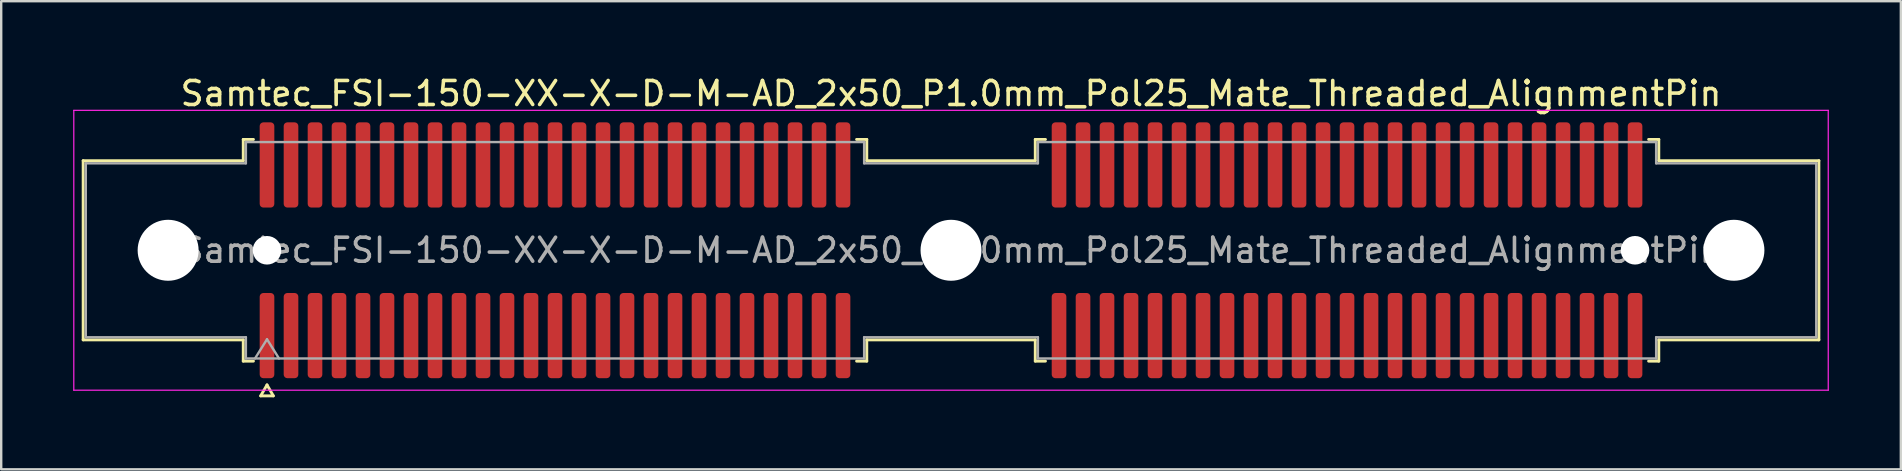
<source format=kicad_pcb>
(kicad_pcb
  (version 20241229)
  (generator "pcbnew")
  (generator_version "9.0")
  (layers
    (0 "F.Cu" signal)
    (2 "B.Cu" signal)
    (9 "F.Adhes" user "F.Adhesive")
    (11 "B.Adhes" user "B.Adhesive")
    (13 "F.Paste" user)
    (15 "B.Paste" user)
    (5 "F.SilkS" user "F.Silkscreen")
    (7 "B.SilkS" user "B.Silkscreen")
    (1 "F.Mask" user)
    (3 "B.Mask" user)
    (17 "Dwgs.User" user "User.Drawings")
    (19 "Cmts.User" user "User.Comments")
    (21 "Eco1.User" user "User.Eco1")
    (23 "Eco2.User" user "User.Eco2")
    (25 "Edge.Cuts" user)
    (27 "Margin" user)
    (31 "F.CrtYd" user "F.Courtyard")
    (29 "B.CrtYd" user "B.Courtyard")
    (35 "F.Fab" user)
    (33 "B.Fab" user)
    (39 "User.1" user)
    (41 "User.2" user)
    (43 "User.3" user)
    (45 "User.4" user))
  (footprint "Samtec_FSI-150-XX-X-D-M-AD_2x50_P1.0mm_Pol25_Mate_Threaded_AlignmentPin"
    (layer "F.Cu")
    (at 36.575 7.378)
    (property "Reference" "Samtec_FSI-150-XX-X-D-M-AD_2x50_P1.0mm_Pol25_Mate_Threaded_AlignmentPin" (at 0 -6.53 0) (layer "F.SilkS") (effects (font (size 1 1) (thickness 0.15))))
    (attr smd exclude_from_pos_files exclude_from_bom)
    (fp_line (start -36.16 -3.733) (end -29.49 -3.733) (stroke (width 0.12) (type solid)) (layer "F.SilkS"))
    (fp_line (start -36.16 3.733) (end -36.16 -3.733) (stroke (width 0.12) (type solid)) (layer "F.SilkS"))
    (fp_line (start -29.49 -4.619) (end -29.065 -4.619) (stroke (width 0.12) (type solid)) (layer "F.SilkS"))
    (fp_line (start -29.49 -3.733) (end -29.49 -4.619) (stroke (width 0.12) (type solid)) (layer "F.SilkS"))
    (fp_line (start -29.49 3.733) (end -36.16 3.733) (stroke (width 0.12) (type solid)) (layer "F.SilkS"))
    (fp_line (start -29.49 4.619) (end -29.49 3.733) (stroke (width 0.12) (type solid)) (layer "F.SilkS"))
    (fp_line (start -29.065 4.619) (end -29.49 4.619) (stroke (width 0.12) (type solid)) (layer "F.SilkS"))
    (fp_line (start -28.764 6.066) (end -28.5 5.609) (stroke (width 0.12) (type solid)) (layer "F.SilkS"))
    (fp_line (start -28.5 5.609) (end -28.236 6.066) (stroke (width 0.12) (type solid)) (layer "F.SilkS"))
    (fp_line (start -28.236 6.066) (end -28.764 6.066) (stroke (width 0.12) (type solid)) (layer "F.SilkS"))
    (fp_line (start -3.935 -4.619) (end -3.51 -4.619) (stroke (width 0.12) (type solid)) (layer "F.SilkS"))
    (fp_line (start -3.51 -4.619) (end -3.51 -3.733) (stroke (width 0.12) (type solid)) (layer "F.SilkS"))
    (fp_line (start -3.51 -3.733) (end 3.51 -3.733) (stroke (width 0.12) (type solid)) (layer "F.SilkS"))
    (fp_line (start -3.51 3.733) (end -3.51 4.619) (stroke (width 0.12) (type solid)) (layer "F.SilkS"))
    (fp_line (start -3.51 4.619) (end -3.935 4.619) (stroke (width 0.12) (type solid)) (layer "F.SilkS"))
    (fp_line (start 3.51 -4.619) (end 3.935 -4.619) (stroke (width 0.12) (type solid)) (layer "F.SilkS"))
    (fp_line (start 3.51 -3.733) (end 3.51 -4.619) (stroke (width 0.12) (type solid)) (layer "F.SilkS"))
    (fp_line (start 3.51 3.733) (end -3.51 3.733) (stroke (width 0.12) (type solid)) (layer "F.SilkS"))
    (fp_line (start 3.51 4.619) (end 3.51 3.733) (stroke (width 0.12) (type solid)) (layer "F.SilkS"))
    (fp_line (start 3.935 4.619) (end 3.51 4.619) (stroke (width 0.12) (type solid)) (layer "F.SilkS"))
    (fp_line (start 29.065 -4.619) (end 29.49 -4.619) (stroke (width 0.12) (type solid)) (layer "F.SilkS"))
    (fp_line (start 29.49 -4.619) (end 29.49 -3.733) (stroke (width 0.12) (type solid)) (layer "F.SilkS"))
    (fp_line (start 29.49 -3.733) (end 36.16 -3.733) (stroke (width 0.12) (type solid)) (layer "F.SilkS"))
    (fp_line (start 29.49 3.733) (end 29.49 4.619) (stroke (width 0.12) (type solid)) (layer "F.SilkS"))
    (fp_line (start 29.49 4.619) (end 29.065 4.619) (stroke (width 0.12) (type solid)) (layer "F.SilkS"))
    (fp_line (start 36.16 -3.733) (end 36.16 3.733) (stroke (width 0.12) (type solid)) (layer "F.SilkS"))
    (fp_line (start 36.16 3.733) (end 29.49 3.733) (stroke (width 0.12) (type solid)) (layer "F.SilkS"))
    (fp_line (start -36.55 -5.83) (end -36.55 5.83) (stroke (width 0.05) (type solid)) (layer "F.CrtYd"))
    (fp_line (start -36.55 5.83) (end 36.55 5.83) (stroke (width 0.05) (type solid)) (layer "F.CrtYd"))
    (fp_line (start 36.55 -5.83) (end -36.55 -5.83) (stroke (width 0.05) (type solid)) (layer "F.CrtYd"))
    (fp_line (start 36.55 5.83) (end 36.55 -5.83) (stroke (width 0.05) (type solid)) (layer "F.CrtYd"))
    (fp_line (start -36.05 -3.623) (end -29.38 -3.623) (stroke (width 0.1) (type solid)) (layer "F.Fab"))
    (fp_line (start -36.05 3.623) (end -36.05 -3.623) (stroke (width 0.1) (type solid)) (layer "F.Fab"))
    (fp_line (start -29.38 -4.508) (end -3.62 -4.508) (stroke (width 0.1) (type solid)) (layer "F.Fab"))
    (fp_line (start -29.38 -3.623) (end -29.38 -4.508) (stroke (width 0.1) (type solid)) (layer "F.Fab"))
    (fp_line (start -29.38 3.623) (end -36.05 3.623) (stroke (width 0.1) (type solid)) (layer "F.Fab"))
    (fp_line (start -29.38 4.508) (end -29.38 3.623) (stroke (width 0.1) (type solid)) (layer "F.Fab"))
    (fp_line (start -29 4.508) (end -28.5 3.708) (stroke (width 0.1) (type solid)) (layer "F.Fab"))
    (fp_line (start -28.5 3.708) (end -28 4.508) (stroke (width 0.1) (type solid)) (layer "F.Fab"))
    (fp_line (start -3.62 -4.508) (end -3.62 -3.623) (stroke (width 0.1) (type solid)) (layer "F.Fab"))
    (fp_line (start -3.62 -3.623) (end 3.62 -3.623) (stroke (width 0.1) (type solid)) (layer "F.Fab"))
    (fp_line (start -3.62 3.623) (end -3.62 4.508) (stroke (width 0.1) (type solid)) (layer "F.Fab"))
    (fp_line (start -3.62 4.508) (end -29.38 4.508) (stroke (width 0.1) (type solid)) (layer "F.Fab"))
    (fp_line (start 3.62 -4.508) (end 29.38 -4.508) (stroke (width 0.1) (type solid)) (layer "F.Fab"))
    (fp_line (start 3.62 -3.623) (end 3.62 -4.508) (stroke (width 0.1) (type solid)) (layer "F.Fab"))
    (fp_line (start 3.62 3.623) (end -3.62 3.623) (stroke (width 0.1) (type solid)) (layer "F.Fab"))
    (fp_line (start 3.62 4.508) (end 3.62 3.623) (stroke (width 0.1) (type solid)) (layer "F.Fab"))
    (fp_line (start 29.38 -4.508) (end 29.38 -3.623) (stroke (width 0.1) (type solid)) (layer "F.Fab"))
    (fp_line (start 29.38 -3.623) (end 36.05 -3.623) (stroke (width 0.1) (type solid)) (layer "F.Fab"))
    (fp_line (start 29.38 3.623) (end 29.38 4.508) (stroke (width 0.1) (type solid)) (layer "F.Fab"))
    (fp_line (start 29.38 4.508) (end 3.62 4.508) (stroke (width 0.1) (type solid)) (layer "F.Fab"))
    (fp_line (start 36.05 -3.623) (end 36.05 3.623) (stroke (width 0.1) (type solid)) (layer "F.Fab"))
    (fp_line (start 36.05 3.623) (end 29.38 3.623) (stroke (width 0.1) (type solid)) (layer "F.Fab"))
    (fp_text user "${REFERENCE}" (at 0 0 0) (layer "F.Fab") (effects (font (size 1 1) (thickness 0.15))))
    (pad "" np_thru_hole circle (at -32.62 0) (size 2.54 2.54) (drill 2.54) (layers "*.Cu" "*.Mask"))
    (pad "" np_thru_hole circle (at -28.5 0) (size 1.19 1.19) (drill 1.19) (layers "*.Cu" "*.Mask"))
    (pad "" np_thru_hole circle (at 0 0) (size 2.54 2.54) (drill 2.54) (layers "*.Cu" "*.Mask"))
    (pad "" np_thru_hole circle (at 28.5 0) (size 1.19 1.19) (drill 1.19) (layers "*.Cu" "*.Mask"))
    (pad "" np_thru_hole circle (at 32.62 0) (size 2.54 2.54) (drill 2.54) (layers "*.Cu" "*.Mask"))
    (pad "1" smd roundrect (at -28.5 3.555) (size 0.61 3.55) (layers "F.Cu" "F.Mask") (roundrect_rratio 0.25))
    (pad "2" smd roundrect (at -28.5 -3.555) (size 0.61 3.55) (layers "F.Cu" "F.Mask") (roundrect_rratio 0.25))
    (pad "3" smd roundrect (at -27.5 3.555) (size 0.61 3.55) (layers "F.Cu" "F.Mask") (roundrect_rratio 0.25))
    (pad "4" smd roundrect (at -27.5 -3.555) (size 0.61 3.55) (layers "F.Cu" "F.Mask") (roundrect_rratio 0.25))
    (pad "5" smd roundrect (at -26.5 3.555) (size 0.61 3.55) (layers "F.Cu" "F.Mask") (roundrect_rratio 0.25))
    (pad "6" smd roundrect (at -26.5 -3.555) (size 0.61 3.55) (layers "F.Cu" "F.Mask") (roundrect_rratio 0.25))
    (pad "7" smd roundrect (at -25.5 3.555) (size 0.61 3.55) (layers "F.Cu" "F.Mask") (roundrect_rratio 0.25))
    (pad "8" smd roundrect (at -25.5 -3.555) (size 0.61 3.55) (layers "F.Cu" "F.Mask") (roundrect_rratio 0.25))
    (pad "9" smd roundrect (at -24.5 3.555) (size 0.61 3.55) (layers "F.Cu" "F.Mask") (roundrect_rratio 0.25))
    (pad "10" smd roundrect (at -24.5 -3.555) (size 0.61 3.55) (layers "F.Cu" "F.Mask") (roundrect_rratio 0.25))
    (pad "11" smd roundrect (at -23.5 3.555) (size 0.61 3.55) (layers "F.Cu" "F.Mask") (roundrect_rratio 0.25))
    (pad "12" smd roundrect (at -23.5 -3.555) (size 0.61 3.55) (layers "F.Cu" "F.Mask") (roundrect_rratio 0.25))
    (pad "13" smd roundrect (at -22.5 3.555) (size 0.61 3.55) (layers "F.Cu" "F.Mask") (roundrect_rratio 0.25))
    (pad "14" smd roundrect (at -22.5 -3.555) (size 0.61 3.55) (layers "F.Cu" "F.Mask") (roundrect_rratio 0.25))
    (pad "15" smd roundrect (at -21.5 3.555) (size 0.61 3.55) (layers "F.Cu" "F.Mask") (roundrect_rratio 0.25))
    (pad "16" smd roundrect (at -21.5 -3.555) (size 0.61 3.55) (layers "F.Cu" "F.Mask") (roundrect_rratio 0.25))
    (pad "17" smd roundrect (at -20.5 3.555) (size 0.61 3.55) (layers "F.Cu" "F.Mask") (roundrect_rratio 0.25))
    (pad "18" smd roundrect (at -20.5 -3.555) (size 0.61 3.55) (layers "F.Cu" "F.Mask") (roundrect_rratio 0.25))
    (pad "19" smd roundrect (at -19.5 3.555) (size 0.61 3.55) (layers "F.Cu" "F.Mask") (roundrect_rratio 0.25))
    (pad "20" smd roundrect (at -19.5 -3.555) (size 0.61 3.55) (layers "F.Cu" "F.Mask") (roundrect_rratio 0.25))
    (pad "21" smd roundrect (at -18.5 3.555) (size 0.61 3.55) (layers "F.Cu" "F.Mask") (roundrect_rratio 0.25))
    (pad "22" smd roundrect (at -18.5 -3.555) (size 0.61 3.55) (layers "F.Cu" "F.Mask") (roundrect_rratio 0.25))
    (pad "23" smd roundrect (at -17.5 3.555) (size 0.61 3.55) (layers "F.Cu" "F.Mask") (roundrect_rratio 0.25))
    (pad "24" smd roundrect (at -17.5 -3.555) (size 0.61 3.55) (layers "F.Cu" "F.Mask") (roundrect_rratio 0.25))
    (pad "25" smd roundrect (at -16.5 3.555) (size 0.61 3.55) (layers "F.Cu" "F.Mask") (roundrect_rratio 0.25))
    (pad "26" smd roundrect (at -16.5 -3.555) (size 0.61 3.55) (layers "F.Cu" "F.Mask") (roundrect_rratio 0.25))
    (pad "27" smd roundrect (at -15.5 3.555) (size 0.61 3.55) (layers "F.Cu" "F.Mask") (roundrect_rratio 0.25))
    (pad "28" smd roundrect (at -15.5 -3.555) (size 0.61 3.55) (layers "F.Cu" "F.Mask") (roundrect_rratio 0.25))
    (pad "29" smd roundrect (at -14.5 3.555) (size 0.61 3.55) (layers "F.Cu" "F.Mask") (roundrect_rratio 0.25))
    (pad "30" smd roundrect (at -14.5 -3.555) (size 0.61 3.55) (layers "F.Cu" "F.Mask") (roundrect_rratio 0.25))
    (pad "31" smd roundrect (at -13.5 3.555) (size 0.61 3.55) (layers "F.Cu" "F.Mask") (roundrect_rratio 0.25))
    (pad "32" smd roundrect (at -13.5 -3.555) (size 0.61 3.55) (layers "F.Cu" "F.Mask") (roundrect_rratio 0.25))
    (pad "33" smd roundrect (at -12.5 3.555) (size 0.61 3.55) (layers "F.Cu" "F.Mask") (roundrect_rratio 0.25))
    (pad "34" smd roundrect (at -12.5 -3.555) (size 0.61 3.55) (layers "F.Cu" "F.Mask") (roundrect_rratio 0.25))
    (pad "35" smd roundrect (at -11.5 3.555) (size 0.61 3.55) (layers "F.Cu" "F.Mask") (roundrect_rratio 0.25))
    (pad "36" smd roundrect (at -11.5 -3.555) (size 0.61 3.55) (layers "F.Cu" "F.Mask") (roundrect_rratio 0.25))
    (pad "37" smd roundrect (at -10.5 3.555) (size 0.61 3.55) (layers "F.Cu" "F.Mask") (roundrect_rratio 0.25))
    (pad "38" smd roundrect (at -10.5 -3.555) (size 0.61 3.55) (layers "F.Cu" "F.Mask") (roundrect_rratio 0.25))
    (pad "39" smd roundrect (at -9.5 3.555) (size 0.61 3.55) (layers "F.Cu" "F.Mask") (roundrect_rratio 0.25))
    (pad "40" smd roundrect (at -9.5 -3.555) (size 0.61 3.55) (layers "F.Cu" "F.Mask") (roundrect_rratio 0.25))
    (pad "41" smd roundrect (at -8.5 3.555) (size 0.61 3.55) (layers "F.Cu" "F.Mask") (roundrect_rratio 0.25))
    (pad "42" smd roundrect (at -8.5 -3.555) (size 0.61 3.55) (layers "F.Cu" "F.Mask") (roundrect_rratio 0.25))
    (pad "43" smd roundrect (at -7.5 3.555) (size 0.61 3.55) (layers "F.Cu" "F.Mask") (roundrect_rratio 0.25))
    (pad "44" smd roundrect (at -7.5 -3.555) (size 0.61 3.55) (layers "F.Cu" "F.Mask") (roundrect_rratio 0.25))
    (pad "45" smd roundrect (at -6.5 3.555) (size 0.61 3.55) (layers "F.Cu" "F.Mask") (roundrect_rratio 0.25))
    (pad "46" smd roundrect (at -6.5 -3.555) (size 0.61 3.55) (layers "F.Cu" "F.Mask") (roundrect_rratio 0.25))
    (pad "47" smd roundrect (at -5.5 3.555) (size 0.61 3.55) (layers "F.Cu" "F.Mask") (roundrect_rratio 0.25))
    (pad "48" smd roundrect (at -5.5 -3.555) (size 0.61 3.55) (layers "F.Cu" "F.Mask") (roundrect_rratio 0.25))
    (pad "49" smd roundrect (at -4.5 3.555) (size 0.61 3.55) (layers "F.Cu" "F.Mask") (roundrect_rratio 0.25))
    (pad "50" smd roundrect (at -4.5 -3.555) (size 0.61 3.55) (layers "F.Cu" "F.Mask") (roundrect_rratio 0.25))
    (pad "51" smd roundrect (at 4.5 3.555) (size 0.61 3.55) (layers "F.Cu" "F.Mask") (roundrect_rratio 0.25))
    (pad "52" smd roundrect (at 4.5 -3.555) (size 0.61 3.55) (layers "F.Cu" "F.Mask") (roundrect_rratio 0.25))
    (pad "53" smd roundrect (at 5.5 3.555) (size 0.61 3.55) (layers "F.Cu" "F.Mask") (roundrect_rratio 0.25))
    (pad "54" smd roundrect (at 5.5 -3.555) (size 0.61 3.55) (layers "F.Cu" "F.Mask") (roundrect_rratio 0.25))
    (pad "55" smd roundrect (at 6.5 3.555) (size 0.61 3.55) (layers "F.Cu" "F.Mask") (roundrect_rratio 0.25))
    (pad "56" smd roundrect (at 6.5 -3.555) (size 0.61 3.55) (layers "F.Cu" "F.Mask") (roundrect_rratio 0.25))
    (pad "57" smd roundrect (at 7.5 3.555) (size 0.61 3.55) (layers "F.Cu" "F.Mask") (roundrect_rratio 0.25))
    (pad "58" smd roundrect (at 7.5 -3.555) (size 0.61 3.55) (layers "F.Cu" "F.Mask") (roundrect_rratio 0.25))
    (pad "59" smd roundrect (at 8.5 3.555) (size 0.61 3.55) (layers "F.Cu" "F.Mask") (roundrect_rratio 0.25))
    (pad "60" smd roundrect (at 8.5 -3.555) (size 0.61 3.55) (layers "F.Cu" "F.Mask") (roundrect_rratio 0.25))
    (pad "61" smd roundrect (at 9.5 3.555) (size 0.61 3.55) (layers "F.Cu" "F.Mask") (roundrect_rratio 0.25))
    (pad "62" smd roundrect (at 9.5 -3.555) (size 0.61 3.55) (layers "F.Cu" "F.Mask") (roundrect_rratio 0.25))
    (pad "63" smd roundrect (at 10.5 3.555) (size 0.61 3.55) (layers "F.Cu" "F.Mask") (roundrect_rratio 0.25))
    (pad "64" smd roundrect (at 10.5 -3.555) (size 0.61 3.55) (layers "F.Cu" "F.Mask") (roundrect_rratio 0.25))
    (pad "65" smd roundrect (at 11.5 3.555) (size 0.61 3.55) (layers "F.Cu" "F.Mask") (roundrect_rratio 0.25))
    (pad "66" smd roundrect (at 11.5 -3.555) (size 0.61 3.55) (layers "F.Cu" "F.Mask") (roundrect_rratio 0.25))
    (pad "67" smd roundrect (at 12.5 3.555) (size 0.61 3.55) (layers "F.Cu" "F.Mask") (roundrect_rratio 0.25))
    (pad "68" smd roundrect (at 12.5 -3.555) (size 0.61 3.55) (layers "F.Cu" "F.Mask") (roundrect_rratio 0.25))
    (pad "69" smd roundrect (at 13.5 3.555) (size 0.61 3.55) (layers "F.Cu" "F.Mask") (roundrect_rratio 0.25))
    (pad "70" smd roundrect (at 13.5 -3.555) (size 0.61 3.55) (layers "F.Cu" "F.Mask") (roundrect_rratio 0.25))
    (pad "71" smd roundrect (at 14.5 3.555) (size 0.61 3.55) (layers "F.Cu" "F.Mask") (roundrect_rratio 0.25))
    (pad "72" smd roundrect (at 14.5 -3.555) (size 0.61 3.55) (layers "F.Cu" "F.Mask") (roundrect_rratio 0.25))
    (pad "73" smd roundrect (at 15.5 3.555) (size 0.61 3.55) (layers "F.Cu" "F.Mask") (roundrect_rratio 0.25))
    (pad "74" smd roundrect (at 15.5 -3.555) (size 0.61 3.55) (layers "F.Cu" "F.Mask") (roundrect_rratio 0.25))
    (pad "75" smd roundrect (at 16.5 3.555) (size 0.61 3.55) (layers "F.Cu" "F.Mask") (roundrect_rratio 0.25))
    (pad "76" smd roundrect (at 16.5 -3.555) (size 0.61 3.55) (layers "F.Cu" "F.Mask") (roundrect_rratio 0.25))
    (pad "77" smd roundrect (at 17.5 3.555) (size 0.61 3.55) (layers "F.Cu" "F.Mask") (roundrect_rratio 0.25))
    (pad "78" smd roundrect (at 17.5 -3.555) (size 0.61 3.55) (layers "F.Cu" "F.Mask") (roundrect_rratio 0.25))
    (pad "79" smd roundrect (at 18.5 3.555) (size 0.61 3.55) (layers "F.Cu" "F.Mask") (roundrect_rratio 0.25))
    (pad "80" smd roundrect (at 18.5 -3.555) (size 0.61 3.55) (layers "F.Cu" "F.Mask") (roundrect_rratio 0.25))
    (pad "81" smd roundrect (at 19.5 3.555) (size 0.61 3.55) (layers "F.Cu" "F.Mask") (roundrect_rratio 0.25))
    (pad "82" smd roundrect (at 19.5 -3.555) (size 0.61 3.55) (layers "F.Cu" "F.Mask") (roundrect_rratio 0.25))
    (pad "83" smd roundrect (at 20.5 3.555) (size 0.61 3.55) (layers "F.Cu" "F.Mask") (roundrect_rratio 0.25))
    (pad "84" smd roundrect (at 20.5 -3.555) (size 0.61 3.55) (layers "F.Cu" "F.Mask") (roundrect_rratio 0.25))
    (pad "85" smd roundrect (at 21.5 3.555) (size 0.61 3.55) (layers "F.Cu" "F.Mask") (roundrect_rratio 0.25))
    (pad "86" smd roundrect (at 21.5 -3.555) (size 0.61 3.55) (layers "F.Cu" "F.Mask") (roundrect_rratio 0.25))
    (pad "87" smd roundrect (at 22.5 3.555) (size 0.61 3.55) (layers "F.Cu" "F.Mask") (roundrect_rratio 0.25))
    (pad "88" smd roundrect (at 22.5 -3.555) (size 0.61 3.55) (layers "F.Cu" "F.Mask") (roundrect_rratio 0.25))
    (pad "89" smd roundrect (at 23.5 3.555) (size 0.61 3.55) (layers "F.Cu" "F.Mask") (roundrect_rratio 0.25))
    (pad "90" smd roundrect (at 23.5 -3.555) (size 0.61 3.55) (layers "F.Cu" "F.Mask") (roundrect_rratio 0.25))
    (pad "91" smd roundrect (at 24.5 3.555) (size 0.61 3.55) (layers "F.Cu" "F.Mask") (roundrect_rratio 0.25))
    (pad "92" smd roundrect (at 24.5 -3.555) (size 0.61 3.55) (layers "F.Cu" "F.Mask") (roundrect_rratio 0.25))
    (pad "93" smd roundrect (at 25.5 3.555) (size 0.61 3.55) (layers "F.Cu" "F.Mask") (roundrect_rratio 0.25))
    (pad "94" smd roundrect (at 25.5 -3.555) (size 0.61 3.55) (layers "F.Cu" "F.Mask") (roundrect_rratio 0.25))
    (pad "95" smd roundrect (at 26.5 3.555) (size 0.61 3.55) (layers "F.Cu" "F.Mask") (roundrect_rratio 0.25))
    (pad "96" smd roundrect (at 26.5 -3.555) (size 0.61 3.55) (layers "F.Cu" "F.Mask") (roundrect_rratio 0.25))
    (pad "97" smd roundrect (at 27.5 3.555) (size 0.61 3.55) (layers "F.Cu" "F.Mask") (roundrect_rratio 0.25))
    (pad "98" smd roundrect (at 27.5 -3.555) (size 0.61 3.55) (layers "F.Cu" "F.Mask") (roundrect_rratio 0.25))
    (pad "99" smd roundrect (at 28.5 3.555) (size 0.61 3.55) (layers "F.Cu" "F.Mask") (roundrect_rratio 0.25))
    (pad "100" smd roundrect (at 28.5 -3.555) (size 0.61 3.55) (layers "F.Cu" "F.Mask") (roundrect_rratio 0.25)))
  (gr_rect
    (start -3 -3)
    (end 76.15 16.504)
    (stroke (width 0.1) (type default))
    (fill no)
    (layer "Edge.Cuts")))
</source>
